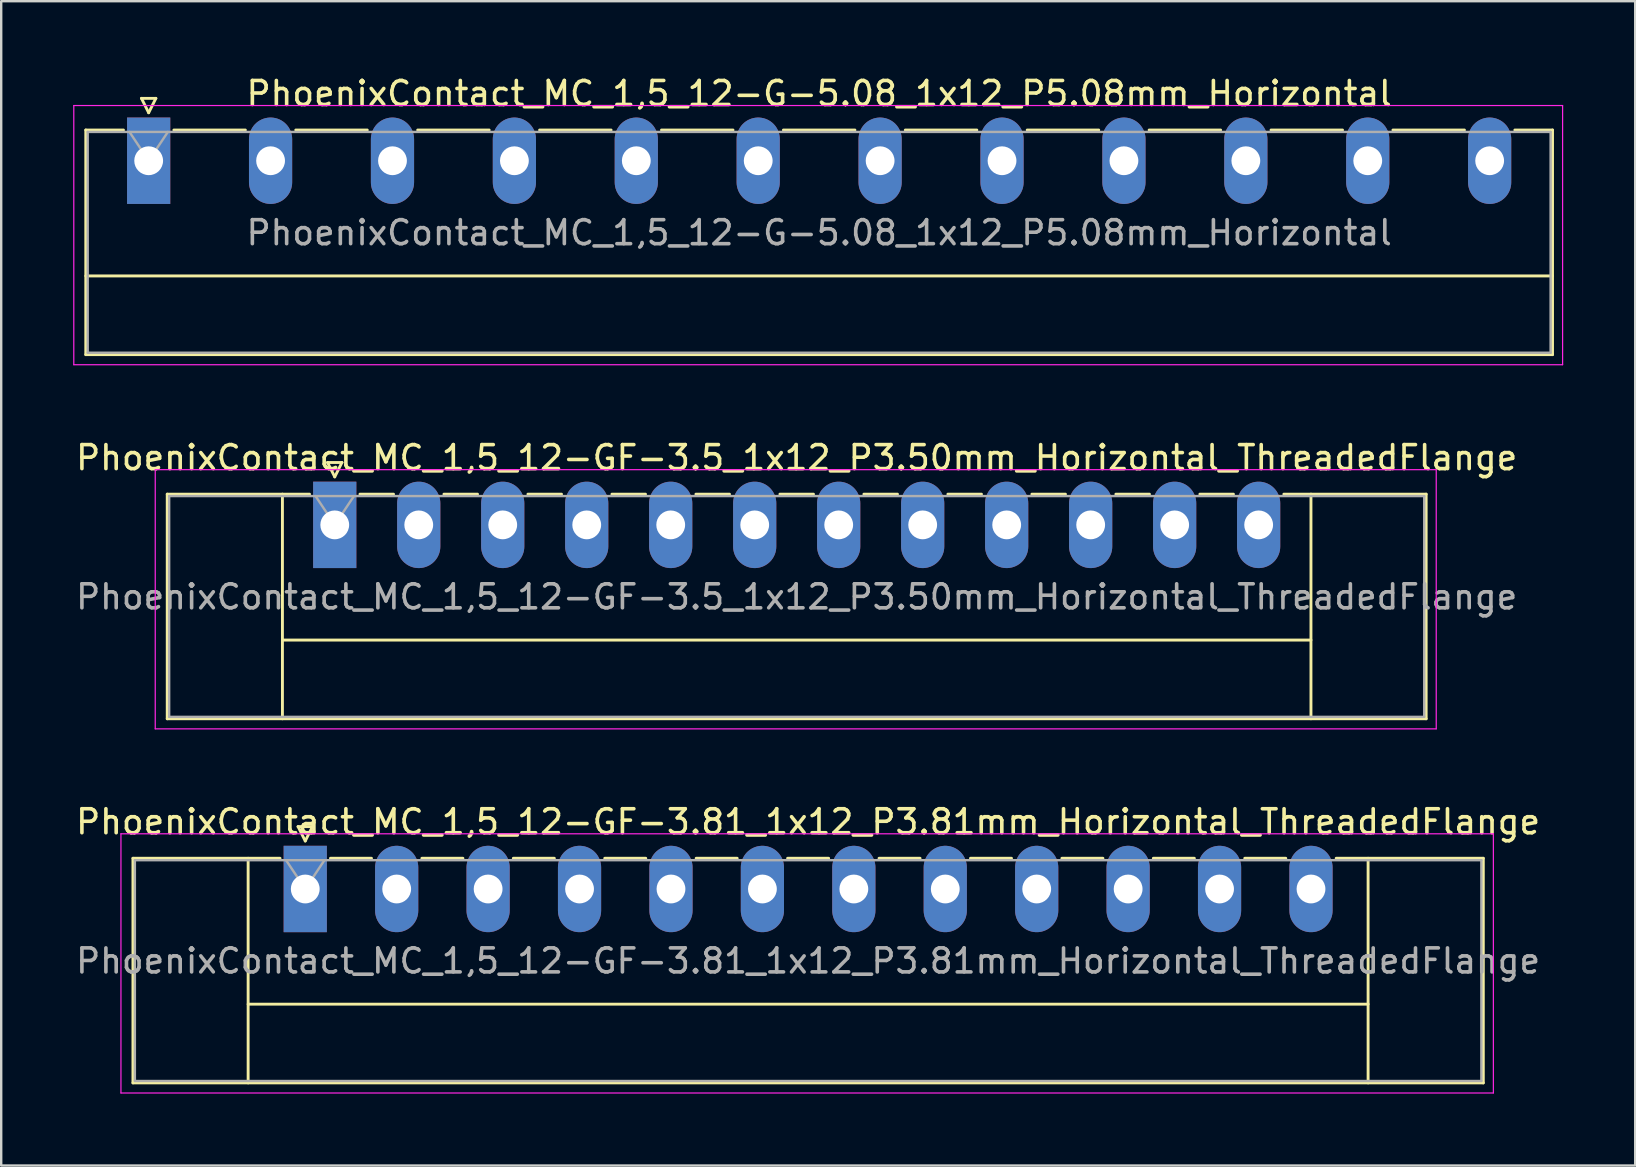
<source format=kicad_pcb>
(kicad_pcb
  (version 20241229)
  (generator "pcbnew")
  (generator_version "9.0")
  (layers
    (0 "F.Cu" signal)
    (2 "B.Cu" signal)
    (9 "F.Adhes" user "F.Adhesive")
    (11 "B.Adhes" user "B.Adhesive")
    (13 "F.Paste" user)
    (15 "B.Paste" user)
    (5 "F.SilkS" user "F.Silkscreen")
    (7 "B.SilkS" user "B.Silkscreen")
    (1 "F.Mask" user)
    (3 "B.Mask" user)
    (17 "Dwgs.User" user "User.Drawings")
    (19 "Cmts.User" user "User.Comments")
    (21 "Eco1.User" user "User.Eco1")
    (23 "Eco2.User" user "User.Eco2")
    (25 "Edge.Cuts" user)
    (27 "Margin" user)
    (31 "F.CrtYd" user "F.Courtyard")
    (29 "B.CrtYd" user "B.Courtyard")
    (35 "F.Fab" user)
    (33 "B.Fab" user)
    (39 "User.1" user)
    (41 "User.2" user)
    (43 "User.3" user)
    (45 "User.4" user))
  (footprint "PhoenixContact_MC_1,5_12-G-5.08_1x12_P5.08mm_Horizontal"
    (layer "F.Cu")
    (at 3.145 3.648)
    (property "Reference" "PhoenixContact_MC_1,5_12-G-5.08_1x12_P5.08mm_Horizontal" (at 27.94 -2.8 0) (layer "F.SilkS") (effects (font (size 1 1) (thickness 0.15))))
    (attr through_hole)
    (fp_line (start -2.62 -1.28) (end -2.62 8.08) (stroke (width 0.12) (type solid)) (layer "F.SilkS"))
    (fp_line (start -2.62 -1.28) (end -1.05 -1.28) (stroke (width 0.12) (type solid)) (layer "F.SilkS"))
    (fp_line (start -2.62 4.8) (end 58.5 4.8) (stroke (width 0.12) (type solid)) (layer "F.SilkS"))
    (fp_line (start -2.62 8.08) (end 58.5 8.08) (stroke (width 0.12) (type solid)) (layer "F.SilkS"))
    (fp_line (start -0.3 -2.6) (end 0.3 -2.6) (stroke (width 0.12) (type solid)) (layer "F.SilkS"))
    (fp_line (start 0 -2) (end -0.3 -2.6) (stroke (width 0.12) (type solid)) (layer "F.SilkS"))
    (fp_line (start 0.3 -2.6) (end 0 -2) (stroke (width 0.12) (type solid)) (layer "F.SilkS"))
    (fp_line (start 1.05 -1.28) (end 4.03 -1.28) (stroke (width 0.12) (type solid)) (layer "F.SilkS"))
    (fp_line (start 6.13 -1.28) (end 9.11 -1.28) (stroke (width 0.12) (type solid)) (layer "F.SilkS"))
    (fp_line (start 11.21 -1.28) (end 14.19 -1.28) (stroke (width 0.12) (type solid)) (layer "F.SilkS"))
    (fp_line (start 16.29 -1.28) (end 19.27 -1.28) (stroke (width 0.12) (type solid)) (layer "F.SilkS"))
    (fp_line (start 21.37 -1.28) (end 24.35 -1.28) (stroke (width 0.12) (type solid)) (layer "F.SilkS"))
    (fp_line (start 26.45 -1.28) (end 29.43 -1.28) (stroke (width 0.12) (type solid)) (layer "F.SilkS"))
    (fp_line (start 31.53 -1.28) (end 34.51 -1.28) (stroke (width 0.12) (type solid)) (layer "F.SilkS"))
    (fp_line (start 36.61 -1.28) (end 39.59 -1.28) (stroke (width 0.12) (type solid)) (layer "F.SilkS"))
    (fp_line (start 41.69 -1.28) (end 44.67 -1.28) (stroke (width 0.12) (type solid)) (layer "F.SilkS"))
    (fp_line (start 46.77 -1.28) (end 49.75 -1.28) (stroke (width 0.12) (type solid)) (layer "F.SilkS"))
    (fp_line (start 51.85 -1.28) (end 54.83 -1.28) (stroke (width 0.12) (type solid)) (layer "F.SilkS"))
    (fp_line (start 58.5 -1.28) (end 56.93 -1.28) (stroke (width 0.12) (type solid)) (layer "F.SilkS"))
    (fp_line (start 58.5 8.08) (end 58.5 -1.28) (stroke (width 0.12) (type solid)) (layer "F.SilkS"))
    (fp_line (start -3.12 -2.3) (end -3.12 8.5) (stroke (width 0.05) (type solid)) (layer "F.CrtYd"))
    (fp_line (start -3.12 8.5) (end 58.92 8.5) (stroke (width 0.05) (type solid)) (layer "F.CrtYd"))
    (fp_line (start 58.92 -2.3) (end -3.12 -2.3) (stroke (width 0.05) (type solid)) (layer "F.CrtYd"))
    (fp_line (start 58.92 8.5) (end 58.92 -2.3) (stroke (width 0.05) (type solid)) (layer "F.CrtYd"))
    (fp_line (start -2.54 -1.2) (end -2.54 8) (stroke (width 0.1) (type solid)) (layer "F.Fab"))
    (fp_line (start -2.54 8) (end 58.42 8) (stroke (width 0.1) (type solid)) (layer "F.Fab"))
    (fp_line (start 0 0) (end -0.8 -1.2) (stroke (width 0.1) (type solid)) (layer "F.Fab"))
    (fp_line (start 0.8 -1.2) (end 0 0) (stroke (width 0.1) (type solid)) (layer "F.Fab"))
    (fp_line (start 58.42 -1.2) (end -2.54 -1.2) (stroke (width 0.1) (type solid)) (layer "F.Fab"))
    (fp_line (start 58.42 8) (end 58.42 -1.2) (stroke (width 0.1) (type solid)) (layer "F.Fab"))
    (fp_text user "${REFERENCE}" (at 27.94 3 0) (layer "F.Fab") (effects (font (size 1 1) (thickness 0.15))))
    (pad "1" thru_hole rect (at 0 0) (size 1.8 3.6) (drill 1.2) (layers "*.Cu" "*.Mask"))
    (pad "2" thru_hole oval (at 5.08 0) (size 1.8 3.6) (drill 1.2) (layers "*.Cu" "*.Mask"))
    (pad "3" thru_hole oval (at 10.16 0) (size 1.8 3.6) (drill 1.2) (layers "*.Cu" "*.Mask"))
    (pad "4" thru_hole oval (at 15.24 0) (size 1.8 3.6) (drill 1.2) (layers "*.Cu" "*.Mask"))
    (pad "5" thru_hole oval (at 20.32 0) (size 1.8 3.6) (drill 1.2) (layers "*.Cu" "*.Mask"))
    (pad "6" thru_hole oval (at 25.4 0) (size 1.8 3.6) (drill 1.2) (layers "*.Cu" "*.Mask"))
    (pad "7" thru_hole oval (at 30.48 0) (size 1.8 3.6) (drill 1.2) (layers "*.Cu" "*.Mask"))
    (pad "8" thru_hole oval (at 35.56 0) (size 1.8 3.6) (drill 1.2) (layers "*.Cu" "*.Mask"))
    (pad "9" thru_hole oval (at 40.64 0) (size 1.8 3.6) (drill 1.2) (layers "*.Cu" "*.Mask"))
    (pad "10" thru_hole oval (at 45.72 0) (size 1.8 3.6) (drill 1.2) (layers "*.Cu" "*.Mask"))
    (pad "11" thru_hole oval (at 50.8 0) (size 1.8 3.6) (drill 1.2) (layers "*.Cu" "*.Mask"))
    (pad "12" thru_hole oval (at 55.88 0) (size 1.8 3.6) (drill 1.2) (layers "*.Cu" "*.Mask")))
  (footprint "PhoenixContact_MC_1,5_12-GF-3.5_1x12_P3.50mm_Horizontal_ThreadedFlange"
    (layer "F.Cu")
    (at 10.899 18.822)
    (property "Reference" "PhoenixContact_MC_1,5_12-GF-3.5_1x12_P3.50mm_Horizontal_ThreadedFlange" (at 19.25 -2.8 0) (layer "F.SilkS") (effects (font (size 1 1) (thickness 0.15))))
    (attr through_hole)
    (fp_line (start -6.98 -1.28) (end -6.98 8.08) (stroke (width 0.12) (type solid)) (layer "F.SilkS"))
    (fp_line (start -6.98 -1.28) (end -1.05 -1.28) (stroke (width 0.12) (type solid)) (layer "F.SilkS"))
    (fp_line (start -6.98 8.08) (end 45.48 8.08) (stroke (width 0.12) (type solid)) (layer "F.SilkS"))
    (fp_line (start -2.18 -1.28) (end -2.18 8.08) (stroke (width 0.12) (type solid)) (layer "F.SilkS"))
    (fp_line (start -2.18 4.8) (end 40.68 4.8) (stroke (width 0.12) (type solid)) (layer "F.SilkS"))
    (fp_line (start -0.3 -2.6) (end 0.3 -2.6) (stroke (width 0.12) (type solid)) (layer "F.SilkS"))
    (fp_line (start 0 -2) (end -0.3 -2.6) (stroke (width 0.12) (type solid)) (layer "F.SilkS"))
    (fp_line (start 0.3 -2.6) (end 0 -2) (stroke (width 0.12) (type solid)) (layer "F.SilkS"))
    (fp_line (start 1.05 -1.28) (end 2.45 -1.28) (stroke (width 0.12) (type solid)) (layer "F.SilkS"))
    (fp_line (start 4.55 -1.28) (end 5.95 -1.28) (stroke (width 0.12) (type solid)) (layer "F.SilkS"))
    (fp_line (start 8.05 -1.28) (end 9.45 -1.28) (stroke (width 0.12) (type solid)) (layer "F.SilkS"))
    (fp_line (start 11.55 -1.28) (end 12.95 -1.28) (stroke (width 0.12) (type solid)) (layer "F.SilkS"))
    (fp_line (start 15.05 -1.28) (end 16.45 -1.28) (stroke (width 0.12) (type solid)) (layer "F.SilkS"))
    (fp_line (start 18.55 -1.28) (end 19.95 -1.28) (stroke (width 0.12) (type solid)) (layer "F.SilkS"))
    (fp_line (start 22.05 -1.28) (end 23.45 -1.28) (stroke (width 0.12) (type solid)) (layer "F.SilkS"))
    (fp_line (start 25.55 -1.28) (end 26.95 -1.28) (stroke (width 0.12) (type solid)) (layer "F.SilkS"))
    (fp_line (start 29.05 -1.28) (end 30.45 -1.28) (stroke (width 0.12) (type solid)) (layer "F.SilkS"))
    (fp_line (start 32.55 -1.28) (end 33.95 -1.28) (stroke (width 0.12) (type solid)) (layer "F.SilkS"))
    (fp_line (start 36.05 -1.28) (end 37.45 -1.28) (stroke (width 0.12) (type solid)) (layer "F.SilkS"))
    (fp_line (start 40.68 -1.28) (end 40.68 8.08) (stroke (width 0.12) (type solid)) (layer "F.SilkS"))
    (fp_line (start 45.48 -1.28) (end 39.55 -1.28) (stroke (width 0.12) (type solid)) (layer "F.SilkS"))
    (fp_line (start 45.48 8.08) (end 45.48 -1.28) (stroke (width 0.12) (type solid)) (layer "F.SilkS"))
    (fp_line (start -7.48 -2.3) (end -7.48 8.5) (stroke (width 0.05) (type solid)) (layer "F.CrtYd"))
    (fp_line (start -7.48 8.5) (end 45.9 8.5) (stroke (width 0.05) (type solid)) (layer "F.CrtYd"))
    (fp_line (start 45.9 -2.3) (end -7.48 -2.3) (stroke (width 0.05) (type solid)) (layer "F.CrtYd"))
    (fp_line (start 45.9 8.5) (end 45.9 -2.3) (stroke (width 0.05) (type solid)) (layer "F.CrtYd"))
    (fp_line (start -6.9 -1.2) (end -6.9 8) (stroke (width 0.1) (type solid)) (layer "F.Fab"))
    (fp_line (start -6.9 8) (end 45.4 8) (stroke (width 0.1) (type solid)) (layer "F.Fab"))
    (fp_line (start 0 0) (end -0.8 -1.2) (stroke (width 0.1) (type solid)) (layer "F.Fab"))
    (fp_line (start 0.8 -1.2) (end 0 0) (stroke (width 0.1) (type solid)) (layer "F.Fab"))
    (fp_line (start 45.4 -1.2) (end -6.9 -1.2) (stroke (width 0.1) (type solid)) (layer "F.Fab"))
    (fp_line (start 45.4 8) (end 45.4 -1.2) (stroke (width 0.1) (type solid)) (layer "F.Fab"))
    (fp_text user "${REFERENCE}" (at 19.25 3 0) (layer "F.Fab") (effects (font (size 1 1) (thickness 0.15))))
    (pad "1" thru_hole rect (at 0 0) (size 1.8 3.6) (drill 1.2) (layers "*.Cu" "*.Mask"))
    (pad "2" thru_hole oval (at 3.5 0) (size 1.8 3.6) (drill 1.2) (layers "*.Cu" "*.Mask"))
    (pad "3" thru_hole oval (at 7 0) (size 1.8 3.6) (drill 1.2) (layers "*.Cu" "*.Mask"))
    (pad "4" thru_hole oval (at 10.5 0) (size 1.8 3.6) (drill 1.2) (layers "*.Cu" "*.Mask"))
    (pad "5" thru_hole oval (at 14 0) (size 1.8 3.6) (drill 1.2) (layers "*.Cu" "*.Mask"))
    (pad "6" thru_hole oval (at 17.5 0) (size 1.8 3.6) (drill 1.2) (layers "*.Cu" "*.Mask"))
    (pad "7" thru_hole oval (at 21 0) (size 1.8 3.6) (drill 1.2) (layers "*.Cu" "*.Mask"))
    (pad "8" thru_hole oval (at 24.5 0) (size 1.8 3.6) (drill 1.2) (layers "*.Cu" "*.Mask"))
    (pad "9" thru_hole oval (at 28 0) (size 1.8 3.6) (drill 1.2) (layers "*.Cu" "*.Mask"))
    (pad "10" thru_hole oval (at 31.5 0) (size 1.8 3.6) (drill 1.2) (layers "*.Cu" "*.Mask"))
    (pad "11" thru_hole oval (at 35 0) (size 1.8 3.6) (drill 1.2) (layers "*.Cu" "*.Mask"))
    (pad "12" thru_hole oval (at 38.5 0) (size 1.8 3.6) (drill 1.2) (layers "*.Cu" "*.Mask")))
  (footprint "PhoenixContact_MC_1,5_12-GF-3.81_1x12_P3.81mm_Horizontal_ThreadedFlange"
    (layer "F.Cu")
    (at 9.67 33.995)
    (property "Reference" "PhoenixContact_MC_1,5_12-GF-3.81_1x12_P3.81mm_Horizontal_ThreadedFlange" (at 20.955 -2.8 0) (layer "F.SilkS") (effects (font (size 1 1) (thickness 0.15))))
    (attr through_hole)
    (fp_line (start -7.18 -1.28) (end -7.18 8.08) (stroke (width 0.12) (type solid)) (layer "F.SilkS"))
    (fp_line (start -7.18 -1.28) (end -1.05 -1.28) (stroke (width 0.12) (type solid)) (layer "F.SilkS"))
    (fp_line (start -7.18 8.08) (end 49.09 8.08) (stroke (width 0.12) (type solid)) (layer "F.SilkS"))
    (fp_line (start -2.38 -1.28) (end -2.38 8.08) (stroke (width 0.12) (type solid)) (layer "F.SilkS"))
    (fp_line (start -2.38 4.8) (end 44.29 4.8) (stroke (width 0.12) (type solid)) (layer "F.SilkS"))
    (fp_line (start -0.3 -2.6) (end 0.3 -2.6) (stroke (width 0.12) (type solid)) (layer "F.SilkS"))
    (fp_line (start 0 -2) (end -0.3 -2.6) (stroke (width 0.12) (type solid)) (layer "F.SilkS"))
    (fp_line (start 0.3 -2.6) (end 0 -2) (stroke (width 0.12) (type solid)) (layer "F.SilkS"))
    (fp_line (start 1.05 -1.28) (end 2.76 -1.28) (stroke (width 0.12) (type solid)) (layer "F.SilkS"))
    (fp_line (start 4.86 -1.28) (end 6.57 -1.28) (stroke (width 0.12) (type solid)) (layer "F.SilkS"))
    (fp_line (start 8.67 -1.28) (end 10.38 -1.28) (stroke (width 0.12) (type solid)) (layer "F.SilkS"))
    (fp_line (start 12.48 -1.28) (end 14.19 -1.28) (stroke (width 0.12) (type solid)) (layer "F.SilkS"))
    (fp_line (start 16.29 -1.28) (end 18 -1.28) (stroke (width 0.12) (type solid)) (layer "F.SilkS"))
    (fp_line (start 20.1 -1.28) (end 21.81 -1.28) (stroke (width 0.12) (type solid)) (layer "F.SilkS"))
    (fp_line (start 23.91 -1.28) (end 25.62 -1.28) (stroke (width 0.12) (type solid)) (layer "F.SilkS"))
    (fp_line (start 27.72 -1.28) (end 29.43 -1.28) (stroke (width 0.12) (type solid)) (layer "F.SilkS"))
    (fp_line (start 31.53 -1.28) (end 33.24 -1.28) (stroke (width 0.12) (type solid)) (layer "F.SilkS"))
    (fp_line (start 35.34 -1.28) (end 37.05 -1.28) (stroke (width 0.12) (type solid)) (layer "F.SilkS"))
    (fp_line (start 39.15 -1.28) (end 40.86 -1.28) (stroke (width 0.12) (type solid)) (layer "F.SilkS"))
    (fp_line (start 44.29 -1.28) (end 44.29 8.08) (stroke (width 0.12) (type solid)) (layer "F.SilkS"))
    (fp_line (start 49.09 -1.28) (end 42.96 -1.28) (stroke (width 0.12) (type solid)) (layer "F.SilkS"))
    (fp_line (start 49.09 8.08) (end 49.09 -1.28) (stroke (width 0.12) (type solid)) (layer "F.SilkS"))
    (fp_line (start -7.68 -2.3) (end -7.68 8.5) (stroke (width 0.05) (type solid)) (layer "F.CrtYd"))
    (fp_line (start -7.68 8.5) (end 49.51 8.5) (stroke (width 0.05) (type solid)) (layer "F.CrtYd"))
    (fp_line (start 49.51 -2.3) (end -7.68 -2.3) (stroke (width 0.05) (type solid)) (layer "F.CrtYd"))
    (fp_line (start 49.51 8.5) (end 49.51 -2.3) (stroke (width 0.05) (type solid)) (layer "F.CrtYd"))
    (fp_line (start -7.1 -1.2) (end -7.1 8) (stroke (width 0.1) (type solid)) (layer "F.Fab"))
    (fp_line (start -7.1 8) (end 49.01 8) (stroke (width 0.1) (type solid)) (layer "F.Fab"))
    (fp_line (start 0 0) (end -0.8 -1.2) (stroke (width 0.1) (type solid)) (layer "F.Fab"))
    (fp_line (start 0.8 -1.2) (end 0 0) (stroke (width 0.1) (type solid)) (layer "F.Fab"))
    (fp_line (start 49.01 -1.2) (end -7.1 -1.2) (stroke (width 0.1) (type solid)) (layer "F.Fab"))
    (fp_line (start 49.01 8) (end 49.01 -1.2) (stroke (width 0.1) (type solid)) (layer "F.Fab"))
    (fp_text user "${REFERENCE}" (at 20.955 3 0) (layer "F.Fab") (effects (font (size 1 1) (thickness 0.15))))
    (pad "1" thru_hole rect (at 0 0) (size 1.8 3.6) (drill 1.2) (layers "*.Cu" "*.Mask"))
    (pad "2" thru_hole oval (at 3.81 0) (size 1.8 3.6) (drill 1.2) (layers "*.Cu" "*.Mask"))
    (pad "3" thru_hole oval (at 7.62 0) (size 1.8 3.6) (drill 1.2) (layers "*.Cu" "*.Mask"))
    (pad "4" thru_hole oval (at 11.43 0) (size 1.8 3.6) (drill 1.2) (layers "*.Cu" "*.Mask"))
    (pad "5" thru_hole oval (at 15.24 0) (size 1.8 3.6) (drill 1.2) (layers "*.Cu" "*.Mask"))
    (pad "6" thru_hole oval (at 19.05 0) (size 1.8 3.6) (drill 1.2) (layers "*.Cu" "*.Mask"))
    (pad "7" thru_hole oval (at 22.86 0) (size 1.8 3.6) (drill 1.2) (layers "*.Cu" "*.Mask"))
    (pad "8" thru_hole oval (at 26.67 0) (size 1.8 3.6) (drill 1.2) (layers "*.Cu" "*.Mask"))
    (pad "9" thru_hole oval (at 30.48 0) (size 1.8 3.6) (drill 1.2) (layers "*.Cu" "*.Mask"))
    (pad "10" thru_hole oval (at 34.29 0) (size 1.8 3.6) (drill 1.2) (layers "*.Cu" "*.Mask"))
    (pad "11" thru_hole oval (at 38.1 0) (size 1.8 3.6) (drill 1.2) (layers "*.Cu" "*.Mask"))
    (pad "12" thru_hole oval (at 41.91 0) (size 1.8 3.6) (drill 1.2) (layers "*.Cu" "*.Mask")))
  (gr_rect
    (start -3 -3)
    (end 65.09 45.52)
    (stroke (width 0.1) (type default))
    (fill no)
    (layer "Edge.Cuts")))
</source>
